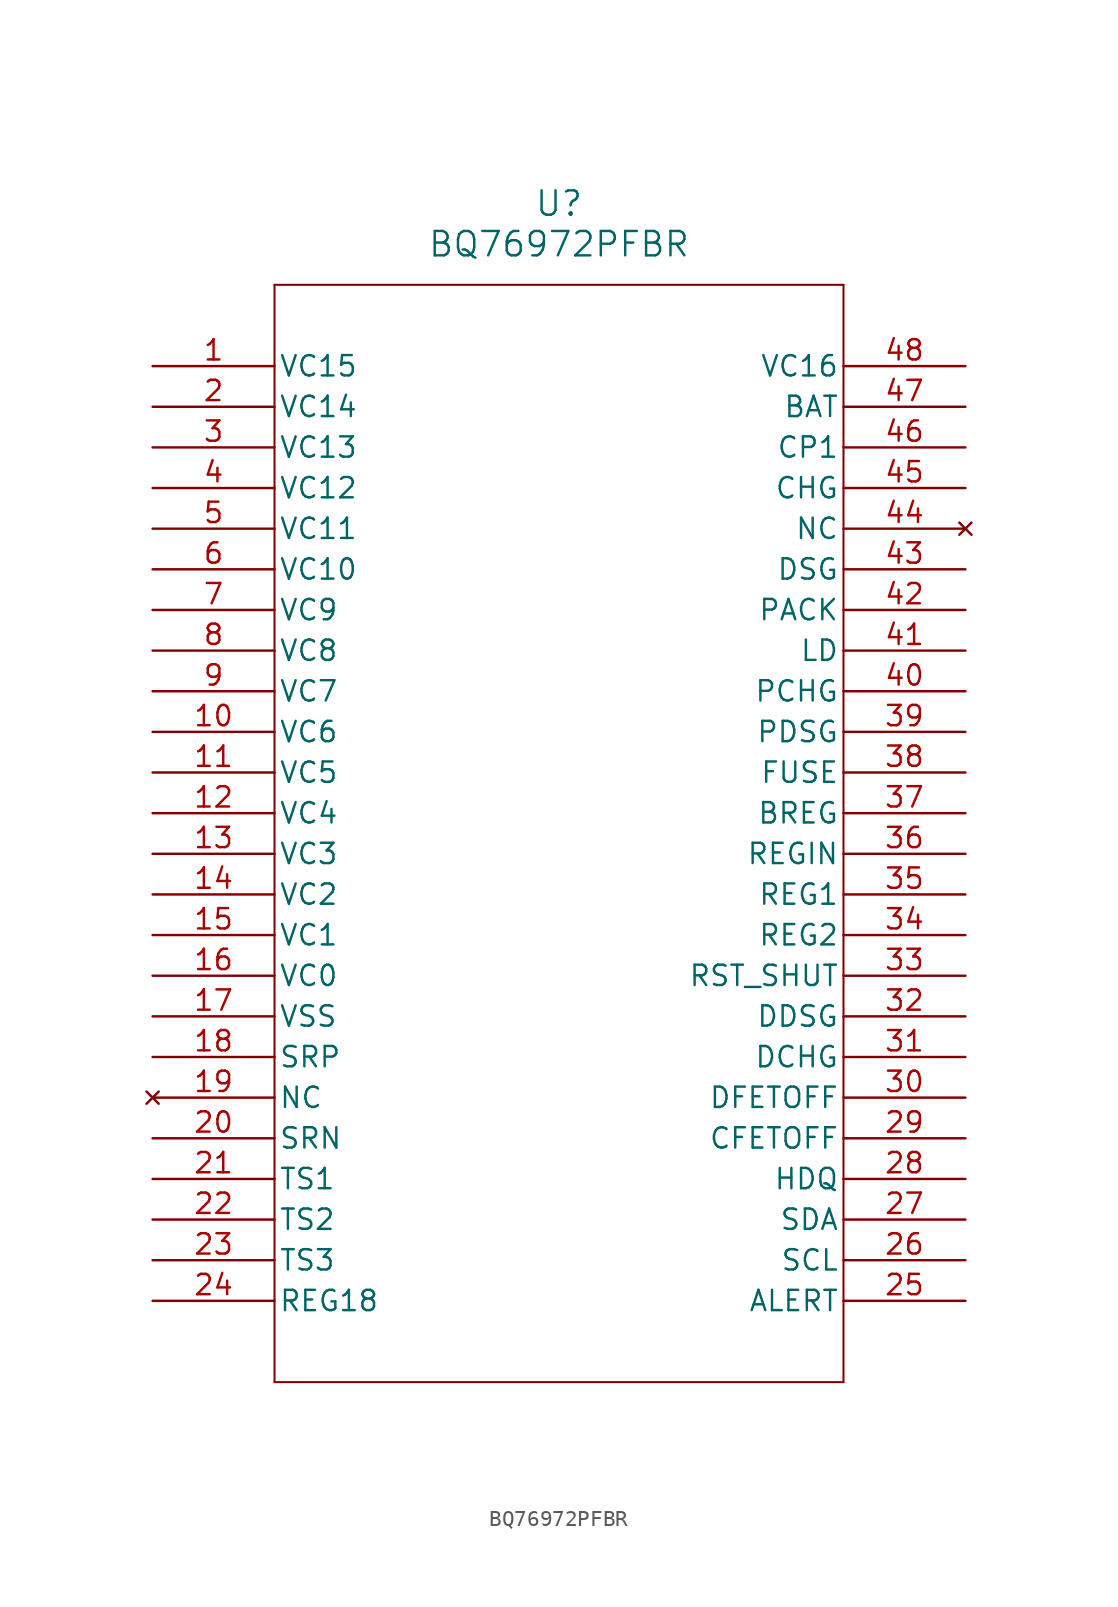
<source format=kicad_sym>
(kicad_symbol_lib
  (version 20211014)
  (generator kicad_symbol_editor)
  (symbol "BQ76972PFBR"
    (pin_names
      (offset 0.254))
    (property "Reference" "U"
      (at 25.4 10.16 0)
      (effects (font (size 1.524 1.524))))
    (property "Value" "BQ76972PFBR"
      (at 25.4 7.62 0)
      (effects (font (size 1.524 1.524))))
    (symbol "BQ76972PFBR_0_1"
      (polyline (pts (xy 7.62 5.08) (xy 7.62 -63.5)) (stroke (width 0.127) (type default) (color 0 0 0 0)) (fill (type none)))
      (polyline (pts (xy 7.62 -63.5) (xy 43.18 -63.5)) (stroke (width 0.127) (type default) (color 0 0 0 0)) (fill (type none)))
      (polyline (pts (xy 43.18 -63.5) (xy 43.18 5.08)) (stroke (width 0.127) (type default) (color 0 0 0 0)) (fill (type none)))
      (polyline (pts (xy 43.18 5.08) (xy 7.62 5.08)) (stroke (width 0.127) (type default) (color 0 0 0 0)) (fill (type none)))
      (pin input line (at 0 0 0) (length 7.62) (name "VC15" (effects (font (size 1.27 1.27)))) (number "1" (effects (font (size 1.27 1.27)))))
      (pin input line (at 0 -2.54 0) (length 7.62) (name "VC14" (effects (font (size 1.27 1.27)))) (number "2" (effects (font (size 1.27 1.27)))))
      (pin input line (at 0 -5.08 0) (length 7.62) (name "VC13" (effects (font (size 1.27 1.27)))) (number "3" (effects (font (size 1.27 1.27)))))
      (pin input line (at 0 -7.62 0) (length 7.62) (name "VC12" (effects (font (size 1.27 1.27)))) (number "4" (effects (font (size 1.27 1.27)))))
      (pin input line (at 0 -10.16 0) (length 7.62) (name "VC11" (effects (font (size 1.27 1.27)))) (number "5" (effects (font (size 1.27 1.27)))))
      (pin input line (at 0 -12.7 0) (length 7.62) (name "VC10" (effects (font (size 1.27 1.27)))) (number "6" (effects (font (size 1.27 1.27)))))
      (pin input line (at 0 -15.24 0) (length 7.62) (name "VC9" (effects (font (size 1.27 1.27)))) (number "7" (effects (font (size 1.27 1.27)))))
      (pin input line (at 0 -17.78 0) (length 7.62) (name "VC8" (effects (font (size 1.27 1.27)))) (number "8" (effects (font (size 1.27 1.27)))))
      (pin input line (at 0 -20.32 0) (length 7.62) (name "VC7" (effects (font (size 1.27 1.27)))) (number "9" (effects (font (size 1.27 1.27)))))
      (pin input line (at 0 -22.86 0) (length 7.62) (name "VC6" (effects (font (size 1.27 1.27)))) (number "10" (effects (font (size 1.27 1.27)))))
      (pin input line (at 0 -25.4 0) (length 7.62) (name "VC5" (effects (font (size 1.27 1.27)))) (number "11" (effects (font (size 1.27 1.27)))))
      (pin input line (at 0 -27.94 0) (length 7.62) (name "VC4" (effects (font (size 1.27 1.27)))) (number "12" (effects (font (size 1.27 1.27)))))
      (pin input line (at 0 -30.48 0) (length 7.62) (name "VC3" (effects (font (size 1.27 1.27)))) (number "13" (effects (font (size 1.27 1.27)))))
      (pin input line (at 0 -33.02 0) (length 7.62) (name "VC2" (effects (font (size 1.27 1.27)))) (number "14" (effects (font (size 1.27 1.27)))))
      (pin input line (at 0 -35.56 0) (length 7.62) (name "VC1" (effects (font (size 1.27 1.27)))) (number "15" (effects (font (size 1.27 1.27)))))
      (pin input line (at 0 -38.1 0) (length 7.62) (name "VC0" (effects (font (size 1.27 1.27)))) (number "16" (effects (font (size 1.27 1.27)))))
      (pin power_in line (at 0 -40.64 0) (length 7.62) (name "VSS" (effects (font (size 1.27 1.27)))) (number "17" (effects (font (size 1.27 1.27)))))
      (pin input line (at 0 -43.18 0) (length 7.62) (name "SRP" (effects (font (size 1.27 1.27)))) (number "18" (effects (font (size 1.27 1.27)))))
      (pin no_connect line (at 0 -45.72 0) (length 7.62) (name "NC" (effects (font (size 1.27 1.27)))) (number "19" (effects (font (size 1.27 1.27)))))
      (pin unspecified line (at 0 -48.26 0) (length 7.62) (name "SRN" (effects (font (size 1.27 1.27)))) (number "20" (effects (font (size 1.27 1.27)))))
      (pin bidirectional line (at 0 -50.8 0) (length 7.62) (name "TS1" (effects (font (size 1.27 1.27)))) (number "21" (effects (font (size 1.27 1.27)))))
      (pin bidirectional line (at 0 -53.34 0) (length 7.62) (name "TS2" (effects (font (size 1.27 1.27)))) (number "22" (effects (font (size 1.27 1.27)))))
      (pin bidirectional line (at 0 -55.88 0) (length 7.62) (name "TS3" (effects (font (size 1.27 1.27)))) (number "23" (effects (font (size 1.27 1.27)))))
      (pin output line (at 0 -58.42 0) (length 7.62) (name "REG18" (effects (font (size 1.27 1.27)))) (number "24" (effects (font (size 1.27 1.27)))))
      (pin bidirectional line (at 50.8 -58.42 180) (length 7.62) (name "ALERT" (effects (font (size 1.27 1.27)))) (number "25" (effects (font (size 1.27 1.27)))))
      (pin bidirectional line (at 50.8 -55.88 180) (length 7.62) (name "SCL" (effects (font (size 1.27 1.27)))) (number "26" (effects (font (size 1.27 1.27)))))
      (pin bidirectional line (at 50.8 -53.34 180) (length 7.62) (name "SDA" (effects (font (size 1.27 1.27)))) (number "27" (effects (font (size 1.27 1.27)))))
      (pin bidirectional line (at 50.8 -50.8 180) (length 7.62) (name "HDQ" (effects (font (size 1.27 1.27)))) (number "28" (effects (font (size 1.27 1.27)))))
      (pin bidirectional line (at 50.8 -48.26 180) (length 7.62) (name "CFETOFF" (effects (font (size 1.27 1.27)))) (number "29" (effects (font (size 1.27 1.27)))))
      (pin bidirectional line (at 50.8 -45.72 180) (length 7.62) (name "DFETOFF" (effects (font (size 1.27 1.27)))) (number "30" (effects (font (size 1.27 1.27)))))
      (pin bidirectional line (at 50.8 -43.18 180) (length 7.62) (name "DCHG" (effects (font (size 1.27 1.27)))) (number "31" (effects (font (size 1.27 1.27)))))
      (pin bidirectional line (at 50.8 -40.64 180) (length 7.62) (name "DDSG" (effects (font (size 1.27 1.27)))) (number "32" (effects (font (size 1.27 1.27)))))
      (pin input line (at 50.8 -38.1 180) (length 7.62) (name "RST_SHUT" (effects (font (size 1.27 1.27)))) (number "33" (effects (font (size 1.27 1.27)))))
      (pin output line (at 50.8 -35.56 180) (length 7.62) (name "REG2" (effects (font (size 1.27 1.27)))) (number "34" (effects (font (size 1.27 1.27)))))
      (pin output line (at 50.8 -33.02 180) (length 7.62) (name "REG1" (effects (font (size 1.27 1.27)))) (number "35" (effects (font (size 1.27 1.27)))))
      (pin input line (at 50.8 -30.48 180) (length 7.62) (name "REGIN" (effects (font (size 1.27 1.27)))) (number "36" (effects (font (size 1.27 1.27)))))
      (pin output line (at 50.8 -27.94 180) (length 7.62) (name "BREG" (effects (font (size 1.27 1.27)))) (number "37" (effects (font (size 1.27 1.27)))))
      (pin bidirectional line (at 50.8 -25.4 180) (length 7.62) (name "FUSE" (effects (font (size 1.27 1.27)))) (number "38" (effects (font (size 1.27 1.27)))))
      (pin output line (at 50.8 -22.86 180) (length 7.62) (name "PDSG" (effects (font (size 1.27 1.27)))) (number "39" (effects (font (size 1.27 1.27)))))
      (pin output line (at 50.8 -20.32 180) (length 7.62) (name "PCHG" (effects (font (size 1.27 1.27)))) (number "40" (effects (font (size 1.27 1.27)))))
      (pin bidirectional line (at 50.8 -17.78 180) (length 7.62) (name "LD" (effects (font (size 1.27 1.27)))) (number "41" (effects (font (size 1.27 1.27)))))
      (pin input line (at 50.8 -15.24 180) (length 7.62) (name "PACK" (effects (font (size 1.27 1.27)))) (number "42" (effects (font (size 1.27 1.27)))))
      (pin output line (at 50.8 -12.7 180) (length 7.62) (name "DSG" (effects (font (size 1.27 1.27)))) (number "43" (effects (font (size 1.27 1.27)))))
      (pin no_connect line (at 50.8 -10.16 180) (length 7.62) (name "NC" (effects (font (size 1.27 1.27)))) (number "44" (effects (font (size 1.27 1.27)))))
      (pin output line (at 50.8 -7.62 180) (length 7.62) (name "CHG" (effects (font (size 1.27 1.27)))) (number "45" (effects (font (size 1.27 1.27)))))
      (pin bidirectional line (at 50.8 -5.08 180) (length 7.62) (name "CP1" (effects (font (size 1.27 1.27)))) (number "46" (effects (font (size 1.27 1.27)))))
      (pin input line (at 50.8 -2.54 180) (length 7.62) (name "BAT" (effects (font (size 1.27 1.27)))) (number "47" (effects (font (size 1.27 1.27)))))
      (pin input line (at 50.8 0 180) (length 7.62) (name "VC16" (effects (font (size 1.27 1.27)))) (number "48" (effects (font (size 1.27 1.27))))))))
</source>
